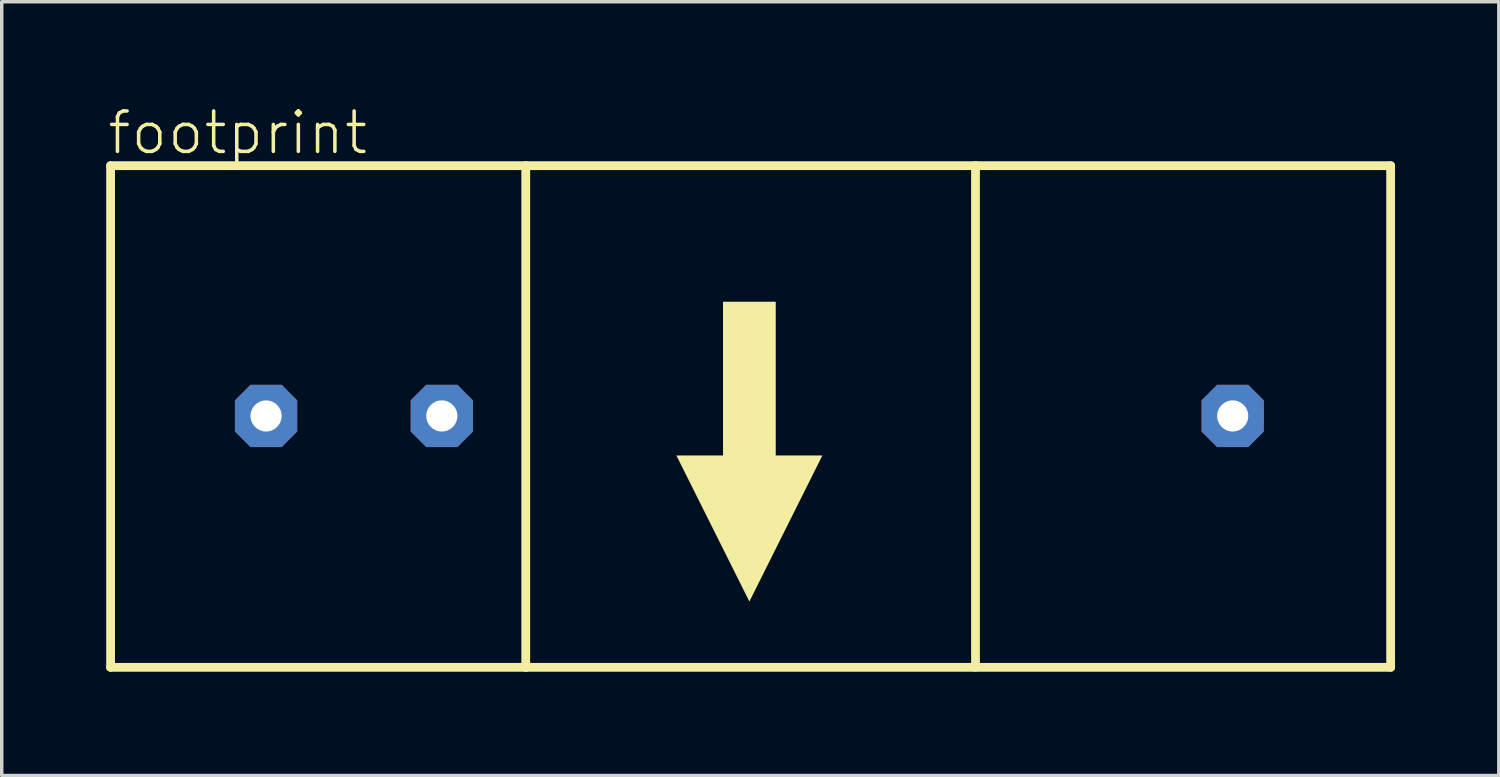
<source format=kicad_pcb>
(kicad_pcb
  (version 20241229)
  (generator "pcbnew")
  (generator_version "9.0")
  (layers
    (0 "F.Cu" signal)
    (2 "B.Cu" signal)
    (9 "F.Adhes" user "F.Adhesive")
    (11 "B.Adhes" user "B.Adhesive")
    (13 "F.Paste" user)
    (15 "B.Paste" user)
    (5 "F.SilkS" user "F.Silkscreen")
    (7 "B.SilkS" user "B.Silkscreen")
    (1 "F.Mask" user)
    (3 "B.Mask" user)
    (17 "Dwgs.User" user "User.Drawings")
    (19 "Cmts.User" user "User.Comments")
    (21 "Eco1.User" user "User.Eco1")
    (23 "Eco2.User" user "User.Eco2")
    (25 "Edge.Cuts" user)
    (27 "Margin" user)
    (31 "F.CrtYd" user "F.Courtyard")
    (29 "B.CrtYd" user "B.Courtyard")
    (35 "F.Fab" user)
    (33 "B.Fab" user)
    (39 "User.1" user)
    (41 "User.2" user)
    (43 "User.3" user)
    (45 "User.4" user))
  (footprint "footprint"
    (layer "F.Cu")
    (at 18.611 8.973)
    (property "Reference" "footprint" (at -18.611 -7.5 0) (layer "F.SilkS") (effects (font (size 1.168 1.168) (thickness 0.102)) (justify left bottom)))
    (fp_line (start -18.464 -7.234) (end -18.464 7.266) (stroke (width 0.254) (type solid)) (layer "F.SilkS"))
    (fp_line (start -18.464 7.266) (end -6.464 7.266) (stroke (width 0.254) (type solid)) (layer "F.SilkS"))
    (fp_line (start -6.464 -7.234) (end -18.464 -7.234) (stroke (width 0.254) (type solid)) (layer "F.SilkS"))
    (fp_line (start -6.464 -7.234) (end -6.464 7.266) (stroke (width 0.254) (type solid)) (layer "F.SilkS"))
    (fp_line (start -6.464 7.266) (end 18.536 7.266) (stroke (width 0.254) (type solid)) (layer "F.SilkS"))
    (fp_line (start 6.536 -7.234) (end -6.464 -7.234) (stroke (width 0.254) (type solid)) (layer "F.SilkS"))
    (fp_line (start 6.536 -7.234) (end 6.536 7.266) (stroke (width 0.254) (type solid)) (layer "F.SilkS"))
    (fp_line (start 18.536 -7.234) (end 6.536 -7.234) (stroke (width 0.254) (type solid)) (layer "F.SilkS"))
    (fp_line (start 18.536 7.266) (end 18.536 -7.234) (stroke (width 0.254) (type solid)) (layer "F.SilkS"))
    (fp_poly (pts (xy 0.762 1.143) (xy 2.11 1.143) (xy 0 5.364) (xy -2.11 1.143) (xy -0.762 1.143) (xy -0.762 -3.302) (xy 0.762 -3.302)) (stroke (width 0) (type solid)) (fill yes) (layer "F.SilkS"))
    (pad "M" thru_hole roundrect (at -13.97 0) (size 1.8 1.8) (drill 0.9) (layers "*.Cu" "*.Mask") (roundrect_rratio 0.25) (chamfer_ratio 0.25) (chamfer top_left top_right bottom_left bottom_right))
    (pad "V+" thru_hole roundrect (at 13.97 0) (size 1.8 1.8) (drill 0.9) (layers "*.Cu" "*.Mask") (roundrect_rratio 0.25) (chamfer_ratio 0.25) (chamfer top_left top_right bottom_left bottom_right))
    (pad "V-" thru_hole roundrect (at -8.89 0) (size 1.8 1.8) (drill 0.9) (layers "*.Cu" "*.Mask") (roundrect_rratio 0.25) (chamfer_ratio 0.25) (chamfer top_left top_right bottom_left bottom_right)))
  (gr_rect
    (start -3 -3)
    (end 40.274 19.366)
    (stroke (width 0.1) (type default))
    (fill no)
    (layer "Edge.Cuts")))
</source>
